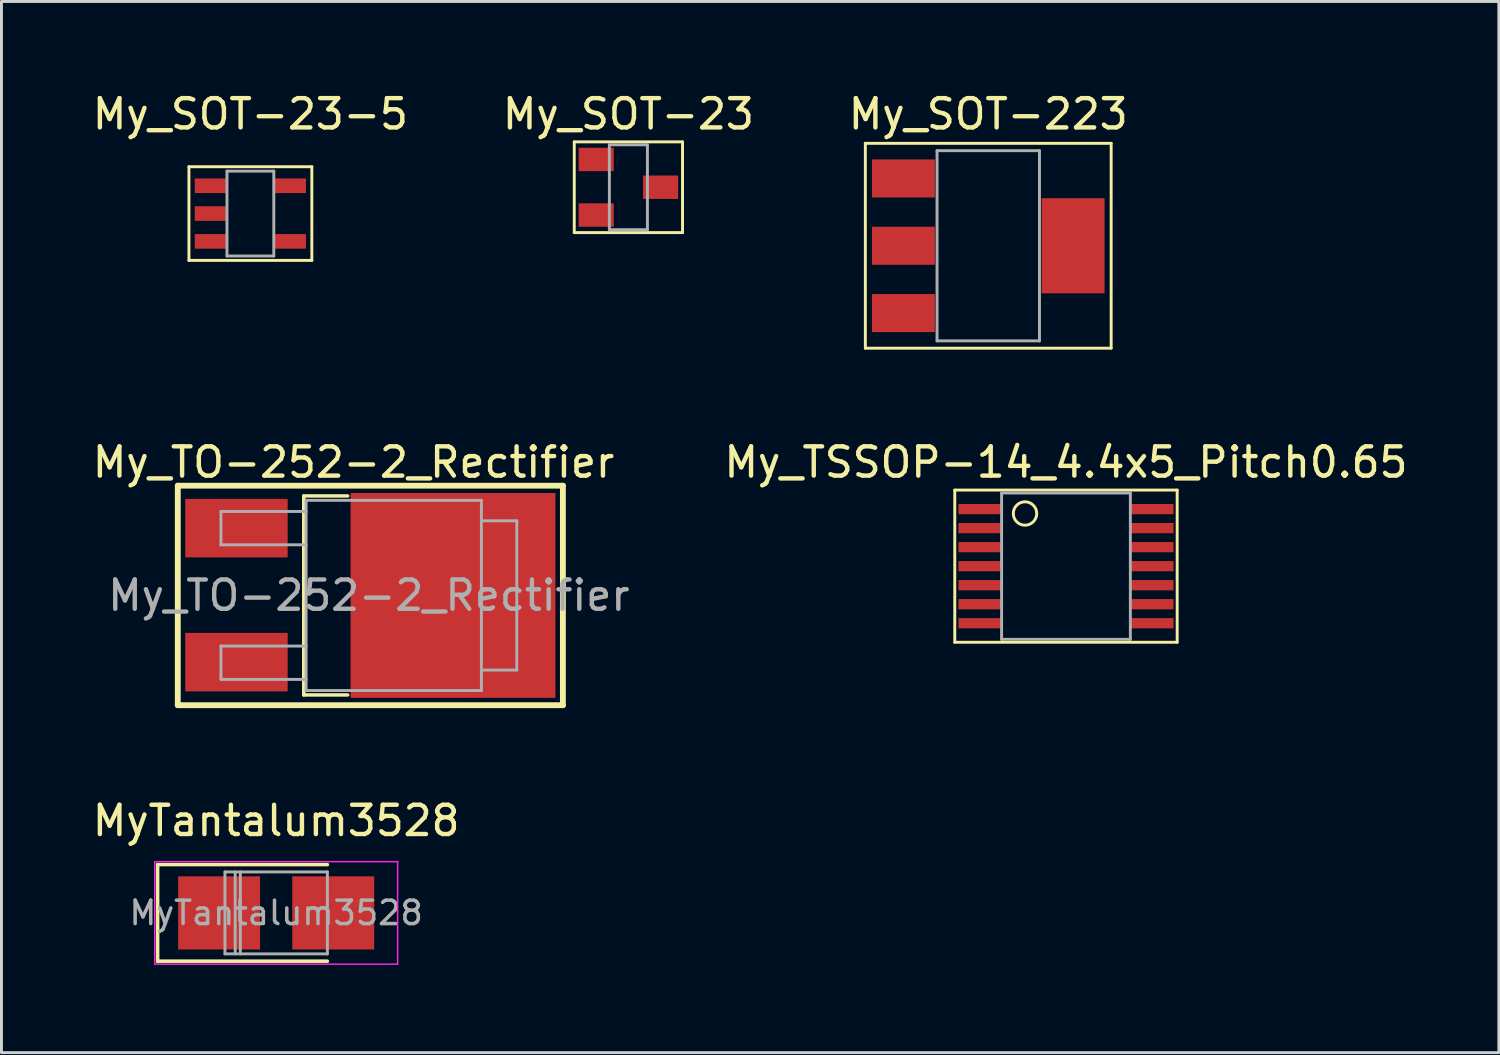
<source format=kicad_pcb>
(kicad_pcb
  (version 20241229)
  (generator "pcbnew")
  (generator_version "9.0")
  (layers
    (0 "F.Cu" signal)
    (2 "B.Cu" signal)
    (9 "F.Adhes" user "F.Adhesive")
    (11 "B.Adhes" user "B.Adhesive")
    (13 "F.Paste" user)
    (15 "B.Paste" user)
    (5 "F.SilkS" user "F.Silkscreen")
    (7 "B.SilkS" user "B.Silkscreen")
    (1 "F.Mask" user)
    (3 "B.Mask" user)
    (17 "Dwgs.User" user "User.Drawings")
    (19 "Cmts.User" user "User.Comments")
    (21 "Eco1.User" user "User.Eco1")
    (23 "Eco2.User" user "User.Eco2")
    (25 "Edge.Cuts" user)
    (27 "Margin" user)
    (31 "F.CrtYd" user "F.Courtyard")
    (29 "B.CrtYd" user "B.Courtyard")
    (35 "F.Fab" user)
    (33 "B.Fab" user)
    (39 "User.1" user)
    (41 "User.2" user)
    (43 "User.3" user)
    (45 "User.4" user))
  (footprint "My_TO-252-2_Rectifier"
    (layer "F.Cu")
    (at 9.605 17.297)
    (property "Reference" "My_TO-252-2_Rectifier" (at -0.575 -4.55 0) (layer "F.SilkS") (effects (font (size 1 1) (thickness 0.15))))
    (attr smd)
    (fp_line (start -6.58 3.75) (end -6.58 -3.75) (stroke (width 0.2) (type solid)) (layer "F.SilkS"))
    (fp_line (start -6.58 3.75) (end 6.58 3.75) (stroke (width 0.2) (type solid)) (layer "F.SilkS"))
    (fp_line (start -2.275 -3.4) (end -0.775 -3.4) (stroke (width 0.12) (type solid)) (layer "F.SilkS"))
    (fp_line (start -2.275 3.4) (end -2.275 -3.4) (stroke (width 0.12) (type solid)) (layer "F.SilkS"))
    (fp_line (start -0.775 3.4) (end -2.275 3.4) (stroke (width 0.12) (type solid)) (layer "F.SilkS"))
    (fp_line (start 6.58 -3.75) (end -6.58 -3.75) (stroke (width 0.2) (type solid)) (layer "F.SilkS"))
    (fp_line (start 6.58 -3.75) (end 6.58 3.75) (stroke (width 0.2) (type solid)) (layer "F.SilkS"))
    (fp_line (start -5.105 -2.87) (end -5.105 -1.73) (stroke (width 0.1) (type solid)) (layer "F.Fab"))
    (fp_line (start -5.105 -1.73) (end -2.195 -1.73) (stroke (width 0.1) (type solid)) (layer "F.Fab"))
    (fp_line (start -5.105 1.73) (end -5.105 2.87) (stroke (width 0.1) (type solid)) (layer "F.Fab"))
    (fp_line (start -5.105 2.87) (end -2.195 2.87) (stroke (width 0.1) (type solid)) (layer "F.Fab"))
    (fp_line (start -2.195 -2.87) (end -5.105 -2.87) (stroke (width 0.1) (type solid)) (layer "F.Fab"))
    (fp_line (start -2.195 1.73) (end -5.105 1.73) (stroke (width 0.1) (type solid)) (layer "F.Fab"))
    (fp_line (start -2.195 3.25) (end -2.195 -3.25) (stroke (width 0.1) (type solid)) (layer "F.Fab"))
    (fp_line (start -2.195 3.25) (end 3.795 3.25) (stroke (width 0.1) (type solid)) (layer "F.Fab"))
    (fp_line (start 3.795 -3.25) (end -2.195 -3.25) (stroke (width 0.1) (type solid)) (layer "F.Fab"))
    (fp_line (start 3.795 3.25) (end 3.795 -3.25) (stroke (width 0.1) (type solid)) (layer "F.Fab"))
    (fp_line (start 3.805 -2.55) (end 5.005 -2.55) (stroke (width 0.1) (type solid)) (layer "F.Fab"))
    (fp_line (start 5.005 -2.55) (end 5.005 2.55) (stroke (width 0.1) (type solid)) (layer "F.Fab"))
    (fp_line (start 5.005 2.55) (end 3.795 2.55) (stroke (width 0.1) (type solid)) (layer "F.Fab"))
    (fp_text user "${REFERENCE}" (at -0.05 0 0) (layer "F.Fab") (effects (font (size 1 1) (thickness 0.15))))
    (pad "1" smd rect (at -4.575 -2.3 270) (size 2 3.5) (layers "F.Cu" "F.Mask" "F.Paste"))
    (pad "2" smd rect (at 2.825 0 270) (size 7 7) (layers "F.Cu" "F.Mask" "F.Paste"))
    (pad "3" smd rect (at -4.575 2.28 270) (size 2 3.5) (layers "F.Cu" "F.Mask" "F.Paste")))
  (footprint "My_SOT-23"
    (layer "F.Cu")
    (at 18.423 3.348)
    (property "Reference" "My_SOT-23" (at 0 -2.5 0) (layer "F.SilkS") (effects (font (size 1 1) (thickness 0.15))))
    (attr smd)
    (fp_line (start -1.85 -1.55) (end 1.85 -1.55) (stroke (width 0.1) (type solid)) (layer "F.SilkS"))
    (fp_line (start -1.85 1.55) (end -1.85 -1.55) (stroke (width 0.1) (type solid)) (layer "F.SilkS"))
    (fp_line (start 1.85 -1.55) (end 1.85 1.55) (stroke (width 0.1) (type solid)) (layer "F.SilkS"))
    (fp_line (start 1.85 1.55) (end -1.85 1.55) (stroke (width 0.1) (type solid)) (layer "F.SilkS"))
    (fp_line (start -0.65 -1.45) (end 0.65 -1.45) (stroke (width 0.1) (type solid)) (layer "F.Fab"))
    (fp_line (start -0.65 1.45) (end -0.65 -1.45) (stroke (width 0.1) (type solid)) (layer "F.Fab"))
    (fp_line (start 0.65 -1.45) (end 0.65 1.45) (stroke (width 0.1) (type solid)) (layer "F.Fab"))
    (fp_line (start 0.65 1.45) (end -0.65 1.45) (stroke (width 0.1) (type solid)) (layer "F.Fab"))
    (pad "1" smd rect (at -1.1 -0.95) (size 1.2 0.8) (layers "F.Cu" "F.Mask" "F.Paste"))
    (pad "2" smd rect (at -1.1 0.95) (size 1.2 0.8) (layers "F.Cu" "F.Mask" "F.Paste"))
    (pad "3" smd rect (at 1.1 0) (size 1.2 0.8) (layers "F.Cu" "F.Mask" "F.Paste")))
  (footprint "MyTantalum3528"
    (layer "F.Cu")
    (at 6.387 28.145)
    (property "Reference" "MyTantalum3528" (at 0 -3.15 0) (layer "F.SilkS") (effects (font (size 1 1) (thickness 0.15))))
    (attr smd)
    (fp_line (start -4.05 -1.65) (end -4.05 1.65) (stroke (width 0.12) (type solid)) (layer "F.SilkS"))
    (fp_line (start -4.05 -1.65) (end 1.75 -1.65) (stroke (width 0.12) (type solid)) (layer "F.SilkS"))
    (fp_line (start -4.05 1.65) (end 1.75 1.65) (stroke (width 0.12) (type solid)) (layer "F.SilkS"))
    (fp_line (start -4.15 -1.75) (end -4.15 1.75) (stroke (width 0.05) (type solid)) (layer "F.CrtYd"))
    (fp_line (start -4.15 1.75) (end 4.15 1.75) (stroke (width 0.05) (type solid)) (layer "F.CrtYd"))
    (fp_line (start 4.15 -1.75) (end -4.15 -1.75) (stroke (width 0.05) (type solid)) (layer "F.CrtYd"))
    (fp_line (start 4.15 1.75) (end 4.15 -1.75) (stroke (width 0.05) (type solid)) (layer "F.CrtYd"))
    (fp_line (start -1.75 -1.4) (end -1.75 1.4) (stroke (width 0.1) (type solid)) (layer "F.Fab"))
    (fp_line (start -1.75 1.4) (end 1.75 1.4) (stroke (width 0.1) (type solid)) (layer "F.Fab"))
    (fp_line (start -1.4 -1.4) (end -1.4 1.4) (stroke (width 0.1) (type solid)) (layer "F.Fab"))
    (fp_line (start -1.225 -1.4) (end -1.225 1.4) (stroke (width 0.1) (type solid)) (layer "F.Fab"))
    (fp_line (start 1.75 -1.4) (end -1.75 -1.4) (stroke (width 0.1) (type solid)) (layer "F.Fab"))
    (fp_line (start 1.75 1.4) (end 1.75 -1.4) (stroke (width 0.1) (type solid)) (layer "F.Fab"))
    (fp_text user "${REFERENCE}" (at 0 0 0) (layer "F.Fab") (effects (font (size 0.8 0.8) (thickness 0.12))))
    (pad "1" smd rect (at -1.95 0) (size 2.8 2.5) (layers "F.Cu" "F.Mask" "F.Paste"))
    (pad "2" smd rect (at 1.95 0) (size 2.8 2.5) (layers "F.Cu" "F.Mask" "F.Paste")))
  (footprint "My_TSSOP-14_4.4x5_Pitch0.65"
    (layer "F.Cu")
    (at 33.376 16.297)
    (property "Reference" "My_TSSOP-14_4.4x5_Pitch0.65" (at 0 -3.55 0) (layer "F.SilkS") (effects (font (size 1 1) (thickness 0.15))))
    (attr smd)
    (fp_line (start -3.8 -2.6) (end 3.8 -2.6) (stroke (width 0.1) (type solid)) (layer "F.SilkS"))
    (fp_line (start -3.8 2.6) (end -3.8 -2.6) (stroke (width 0.1) (type solid)) (layer "F.SilkS"))
    (fp_line (start 3.8 -2.6) (end 3.8 2.6) (stroke (width 0.1) (type solid)) (layer "F.SilkS"))
    (fp_line (start 3.8 2.6) (end -3.8 2.6) (stroke (width 0.1) (type solid)) (layer "F.SilkS"))
    (fp_circle (center -1.4 -1.8) (end -1 -1.8) (stroke (width 0.1) (type solid)) (fill no) (layer "F.SilkS"))
    (fp_line (start -2.2 -2.5) (end 2.2 -2.5) (stroke (width 0.1) (type solid)) (layer "F.Fab"))
    (fp_line (start -2.2 2.5) (end -2.2 -2.5) (stroke (width 0.1) (type solid)) (layer "F.Fab"))
    (fp_line (start 2.2 -2.5) (end 2.2 2.5) (stroke (width 0.1) (type solid)) (layer "F.Fab"))
    (fp_line (start 2.2 2.5) (end -2.2 2.5) (stroke (width 0.1) (type solid)) (layer "F.Fab"))
    (pad "1" smd rect (at -2.95 -1.95) (size 1.45 0.35) (layers "F.Cu" "F.Mask" "F.Paste"))
    (pad "2" smd rect (at -2.95 -1.3) (size 1.45 0.35) (layers "F.Cu" "F.Mask" "F.Paste"))
    (pad "3" smd rect (at -2.95 -0.65) (size 1.45 0.35) (layers "F.Cu" "F.Mask" "F.Paste"))
    (pad "4" smd rect (at -2.95 0) (size 1.45 0.35) (layers "F.Cu" "F.Mask" "F.Paste"))
    (pad "5" smd rect (at -2.95 0.65) (size 1.45 0.35) (layers "F.Cu" "F.Mask" "F.Paste"))
    (pad "6" smd rect (at -2.95 1.3) (size 1.45 0.35) (layers "F.Cu" "F.Mask" "F.Paste"))
    (pad "7" smd rect (at -2.95 1.95) (size 1.45 0.35) (layers "F.Cu" "F.Mask" "F.Paste"))
    (pad "8" smd rect (at 2.95 1.95) (size 1.45 0.35) (layers "F.Cu" "F.Mask" "F.Paste"))
    (pad "9" smd rect (at 2.95 1.3) (size 1.45 0.35) (layers "F.Cu" "F.Mask" "F.Paste"))
    (pad "10" smd rect (at 2.95 0.65) (size 1.45 0.35) (layers "F.Cu" "F.Mask" "F.Paste"))
    (pad "11" smd rect (at 2.95 0) (size 1.45 0.35) (layers "F.Cu" "F.Mask" "F.Paste"))
    (pad "12" smd rect (at 2.95 -0.65) (size 1.45 0.35) (layers "F.Cu" "F.Mask" "F.Paste"))
    (pad "13" smd rect (at 2.95 -1.3) (size 1.45 0.35) (layers "F.Cu" "F.Mask" "F.Paste"))
    (pad "14" smd rect (at 2.95 -1.95) (size 1.45 0.35) (layers "F.Cu" "F.Mask" "F.Paste")))
  (footprint "My_SOT-223"
    (layer "F.Cu")
    (at 30.72 5.348)
    (property "Reference" "My_SOT-223" (at 0 -4.5 0) (layer "F.SilkS") (effects (font (size 1 1) (thickness 0.15))))
    (attr smd)
    (fp_line (start -4.2 -3.5) (end -4.2 3.5) (stroke (width 0.1) (type solid)) (layer "F.SilkS"))
    (fp_line (start -4.2 3.5) (end 4.2 3.5) (stroke (width 0.1) (type solid)) (layer "F.SilkS"))
    (fp_line (start 4.2 -3.5) (end -4.2 -3.5) (stroke (width 0.1) (type solid)) (layer "F.SilkS"))
    (fp_line (start 4.2 3.5) (end 4.2 -3.5) (stroke (width 0.1) (type solid)) (layer "F.SilkS"))
    (fp_line (start -1.75 -3.25) (end -1.75 3.25) (stroke (width 0.1) (type solid)) (layer "F.Fab"))
    (fp_line (start -1.75 -3.25) (end 1.75 -3.25) (stroke (width 0.1) (type solid)) (layer "F.Fab"))
    (fp_line (start -1.75 3.25) (end 1.75 3.25) (stroke (width 0.1) (type solid)) (layer "F.Fab"))
    (fp_line (start 1.75 -3.25) (end 1.75 3.25) (stroke (width 0.1) (type solid)) (layer "F.Fab"))
    (pad "1" smd rect (at -2.9 -2.3) (size 2.15 1.3) (layers "F.Cu" "F.Mask" "F.Paste"))
    (pad "2" smd rect (at -2.9 0) (size 2.15 1.3) (layers "F.Cu" "F.Mask" "F.Paste"))
    (pad "3" smd rect (at -2.9 2.3) (size 2.15 1.3) (layers "F.Cu" "F.Mask" "F.Paste"))
    (pad "4" smd rect (at 2.9 0) (size 2.15 3.25) (layers "F.Cu" "F.Mask" "F.Paste")))
  (footprint "My_SOT-23-5"
    (layer "F.Cu")
    (at 5.506 4.248)
    (property "Reference" "My_SOT-23-5" (at 0 -3.4 0) (layer "F.SilkS") (effects (font (size 1 1) (thickness 0.15))))
    (attr through_hole)
    (fp_line (start -2.1 -1.6) (end 2.1 -1.6) (stroke (width 0.1) (type solid)) (layer "F.SilkS"))
    (fp_line (start -2.1 1.6) (end -2.1 -1.6) (stroke (width 0.1) (type solid)) (layer "F.SilkS"))
    (fp_line (start 2.1 -1.6) (end 2.1 1.6) (stroke (width 0.1) (type solid)) (layer "F.SilkS"))
    (fp_line (start 2.1 1.6) (end -2.1 1.6) (stroke (width 0.1) (type solid)) (layer "F.SilkS"))
    (fp_line (start -0.8 -1.45) (end -0.8 1.45) (stroke (width 0.1) (type solid)) (layer "F.Fab"))
    (fp_line (start -0.8 -1.45) (end 0.8 -1.45) (stroke (width 0.1) (type solid)) (layer "F.Fab"))
    (fp_line (start -0.8 1.45) (end 0.8 1.45) (stroke (width 0.1) (type solid)) (layer "F.Fab"))
    (fp_line (start 0.8 -1.45) (end 0.8 1.45) (stroke (width 0.1) (type solid)) (layer "F.Fab"))
    (pad "1" smd rect (at -1.35 -0.95) (size 1.1 0.5) (layers "F.Cu" "F.Mask" "F.Paste"))
    (pad "2" smd rect (at -1.35 0) (size 1.1 0.5) (layers "F.Cu" "F.Mask" "F.Paste"))
    (pad "3" smd rect (at -1.35 0.95) (size 1.1 0.5) (layers "F.Cu" "F.Mask" "F.Paste"))
    (pad "4" smd rect (at 1.35 0.95) (size 1.1 0.5) (layers "F.Cu" "F.Mask" "F.Paste"))
    (pad "5" smd rect (at 1.35 -0.95) (size 1.1 0.5) (layers "F.Cu" "F.Mask" "F.Paste")))
  (gr_rect
    (start -3 -3)
    (end 48.168 32.92)
    (stroke (width 0.1) (type default))
    (fill no)
    (layer "Edge.Cuts")))
</source>
